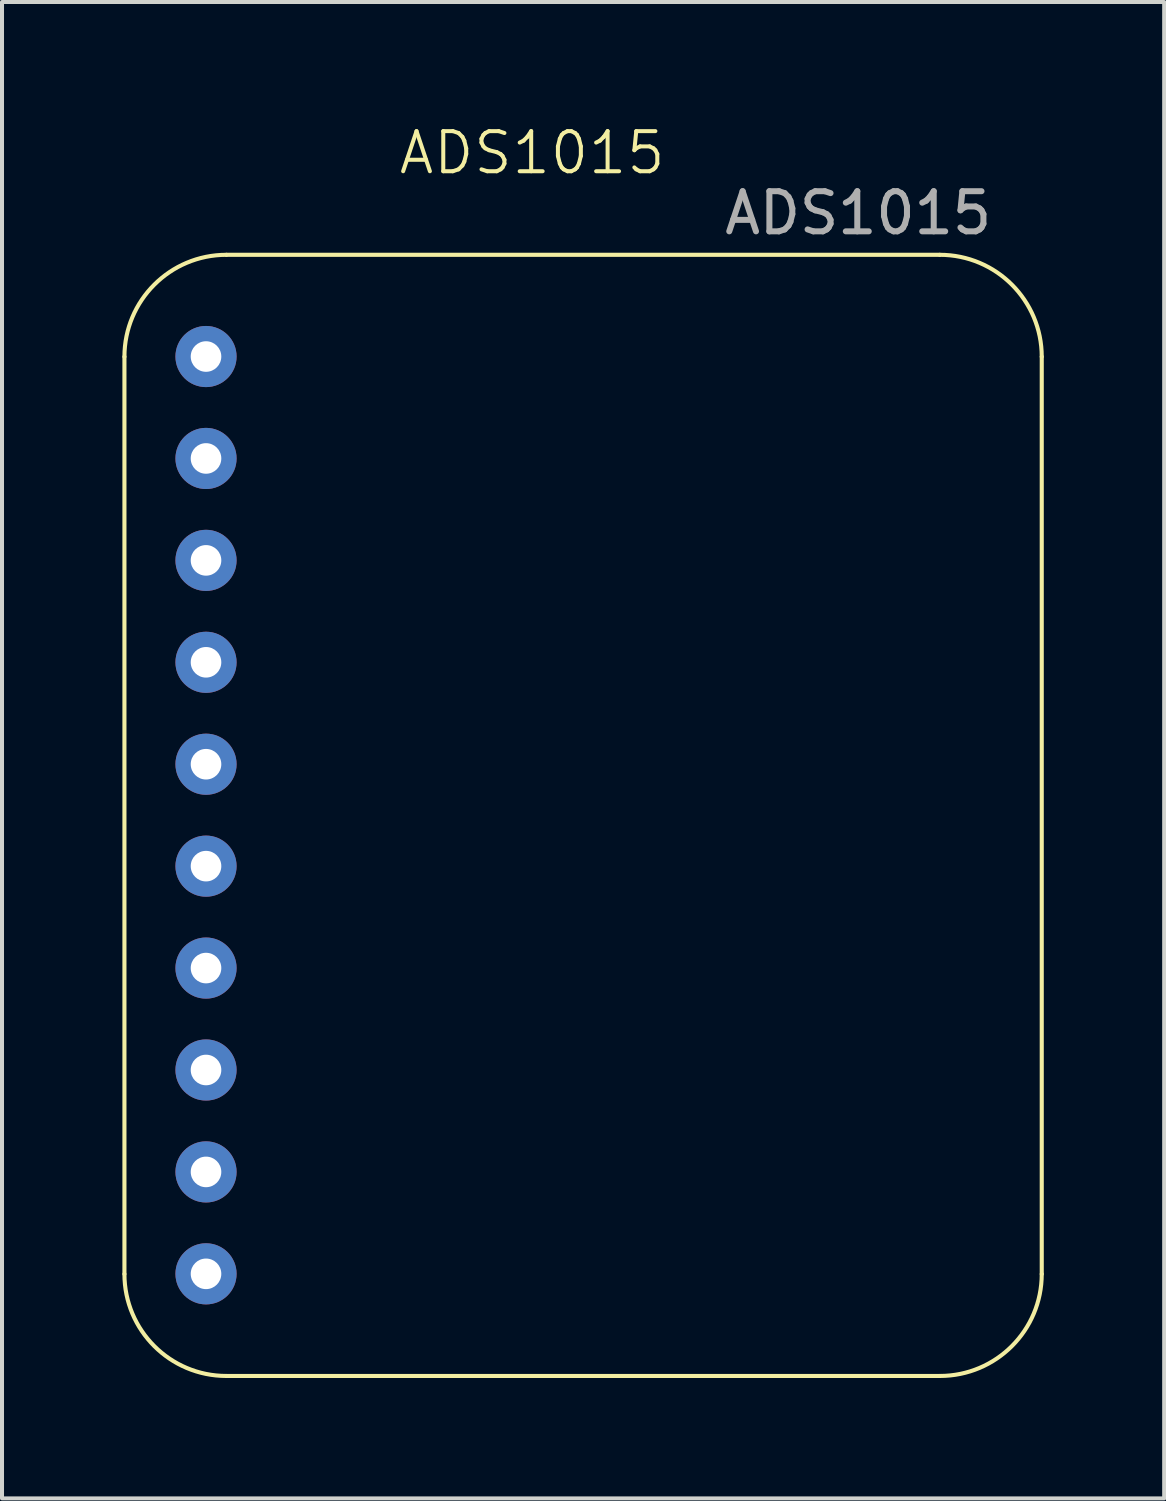
<source format=kicad_pcb>
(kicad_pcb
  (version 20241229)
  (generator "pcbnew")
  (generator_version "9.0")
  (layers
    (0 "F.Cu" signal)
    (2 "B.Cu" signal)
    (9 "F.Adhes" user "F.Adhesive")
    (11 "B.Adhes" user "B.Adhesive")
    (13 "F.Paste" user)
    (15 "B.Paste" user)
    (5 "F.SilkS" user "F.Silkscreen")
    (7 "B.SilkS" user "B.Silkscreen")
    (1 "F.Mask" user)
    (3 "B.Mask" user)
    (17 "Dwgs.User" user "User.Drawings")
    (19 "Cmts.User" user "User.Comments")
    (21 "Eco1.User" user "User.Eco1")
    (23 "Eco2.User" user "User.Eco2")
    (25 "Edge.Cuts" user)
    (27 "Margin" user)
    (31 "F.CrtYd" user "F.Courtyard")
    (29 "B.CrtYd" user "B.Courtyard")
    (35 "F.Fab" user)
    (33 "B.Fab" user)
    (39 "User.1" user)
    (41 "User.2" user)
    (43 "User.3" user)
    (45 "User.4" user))
  (footprint "ADS1015"
    (layer "F.Cu")
    (at 10.211 16)
    (property "Reference" "ADS1015" (at 0 -15.24 0) (unlocked yes) (layer "F.SilkS") (effects (font (size 1 1) (thickness 0.1))))
    (attr through_hole)
    (fp_line (start -10.16 12.7) (end -10.16 -10.16) (stroke (width 0.102) (type default)) (layer "F.SilkS"))
    (fp_line (start -7.62 -12.7) (end 10.16 -12.7) (stroke (width 0.102) (type default)) (layer "F.SilkS"))
    (fp_line (start 10.16 15.24) (end -7.62 15.24) (stroke (width 0.102) (type default)) (layer "F.SilkS"))
    (fp_line (start 12.7 -10.16) (end 12.7 12.7) (stroke (width 0.102) (type default)) (layer "F.SilkS"))
    (fp_arc (start -10.16 -10.16) (mid -9.416051 -11.956051) (end -7.62 -12.7) (stroke (width 0.1016) (type default)) (layer "F.SilkS"))
    (fp_arc (start -7.62 15.24) (mid -9.416051 14.496051) (end -10.16 12.7) (stroke (width 0.1016) (type default)) (layer "F.SilkS"))
    (fp_arc (start 10.16 -12.7) (mid 11.956051 -11.956051) (end 12.7 -10.16) (stroke (width 0.1016) (type default)) (layer "F.SilkS"))
    (fp_arc (start 12.7 12.7) (mid 11.956051 14.496051) (end 10.16 15.24) (stroke (width 0.1016) (type default)) (layer "F.SilkS"))
    (fp_text user "${REFERENCE}" (at 8.127 -13.74 0) (unlocked yes) (layer "F.Fab") (effects (font (size 1 1) (thickness 0.15))))
    (pad "1" thru_hole circle (at -8.127 -10.165) (size 1.524 1.524) (drill 0.762) (layers "*.Cu" "*.Mask"))
    (pad "2" thru_hole circle (at -8.127 -7.625) (size 1.524 1.524) (drill 0.762) (layers "*.Cu" "*.Mask"))
    (pad "3" thru_hole circle (at -8.127 -5.085) (size 1.524 1.524) (drill 0.762) (layers "*.Cu" "*.Mask"))
    (pad "4" thru_hole circle (at -8.127 -2.545) (size 1.524 1.524) (drill 0.762) (layers "*.Cu" "*.Mask"))
    (pad "5" thru_hole circle (at -8.127 -0.005) (size 1.524 1.524) (drill 0.762) (layers "*.Cu" "*.Mask"))
    (pad "6" thru_hole circle (at -8.127 2.535) (size 1.524 1.524) (drill 0.762) (layers "*.Cu" "*.Mask"))
    (pad "7" thru_hole circle (at -8.127 5.075) (size 1.524 1.524) (drill 0.762) (layers "*.Cu" "*.Mask"))
    (pad "11" thru_hole circle (at -8.127 7.615) (size 1.524 1.524) (drill 0.762) (layers "*.Cu" "*.Mask"))
    (pad "12" thru_hole circle (at -8.127 10.155) (size 1.524 1.524) (drill 0.762) (layers "*.Cu" "*.Mask"))
    (pad "13" thru_hole circle (at -8.127 12.695) (size 1.524 1.524) (drill 0.762) (layers "*.Cu" "*.Mask")))
  (gr_rect
    (start -3 -3)
    (end 25.962 34.291)
    (stroke (width 0.1) (type default))
    (fill no)
    (layer "Edge.Cuts")))
</source>
